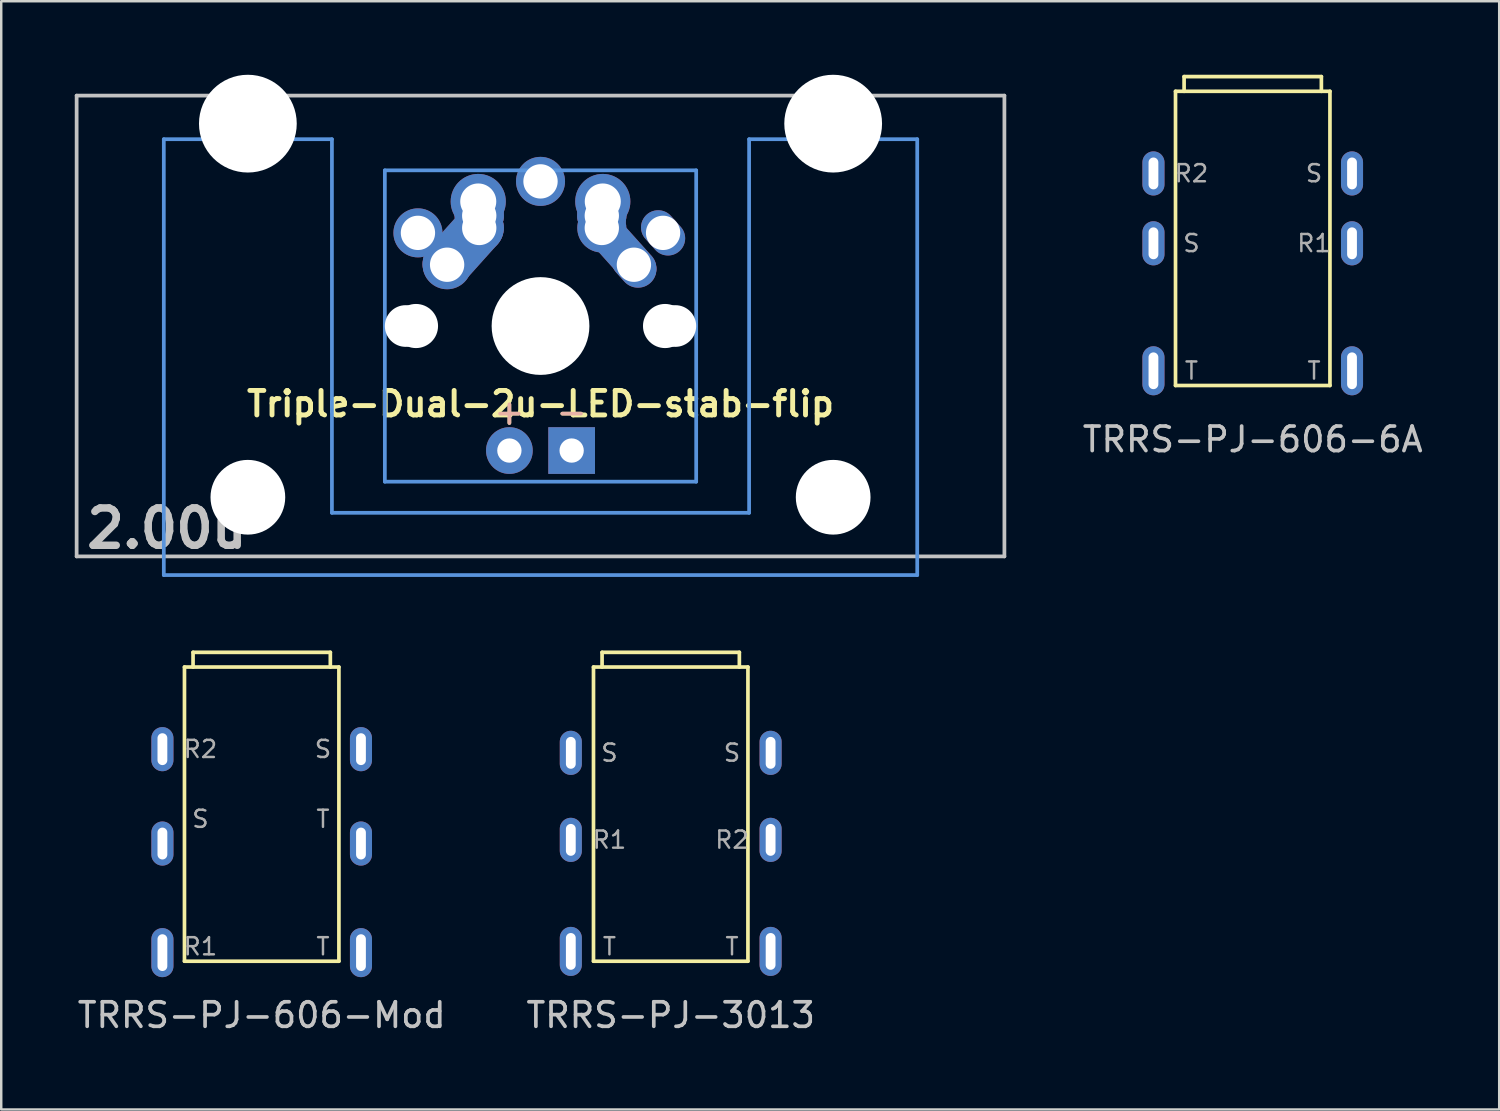
<source format=kicad_pcb>
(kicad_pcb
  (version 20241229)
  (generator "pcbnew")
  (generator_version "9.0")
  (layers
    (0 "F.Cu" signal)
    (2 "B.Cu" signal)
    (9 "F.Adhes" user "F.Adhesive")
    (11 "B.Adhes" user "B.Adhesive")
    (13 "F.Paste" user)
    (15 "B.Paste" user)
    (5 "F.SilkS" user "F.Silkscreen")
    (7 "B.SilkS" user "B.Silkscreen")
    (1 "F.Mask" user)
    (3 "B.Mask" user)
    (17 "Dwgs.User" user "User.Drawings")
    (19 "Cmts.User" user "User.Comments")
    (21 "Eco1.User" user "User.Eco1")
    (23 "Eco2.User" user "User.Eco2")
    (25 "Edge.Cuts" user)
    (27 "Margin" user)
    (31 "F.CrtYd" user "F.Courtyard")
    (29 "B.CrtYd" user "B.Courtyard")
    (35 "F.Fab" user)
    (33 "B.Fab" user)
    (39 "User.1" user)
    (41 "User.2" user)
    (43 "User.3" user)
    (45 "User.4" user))
  (footprint "TRRS-PJ-3013"
    (layer "F.Cu")
    (at 24.31 24.16)
    (property "Reference" "TRRS-PJ-3013" (at 0 14.2 0) (layer "Dwgs.User") (effects (font (size 1 1) (thickness 0.15))))
    (attr through_hole)
    (fp_line (start -3.15 0) (end -3.15 12) (stroke (width 0.15) (type solid)) (layer "F.SilkS"))
    (fp_line (start -2.8 0) (end -2.8 -0.6) (stroke (width 0.15) (type solid)) (layer "F.SilkS"))
    (fp_line (start 2.8 -0.6) (end -2.8 -0.6) (stroke (width 0.15) (type solid)) (layer "F.SilkS"))
    (fp_line (start 2.8 0) (end 2.8 -0.6) (stroke (width 0.15) (type solid)) (layer "F.SilkS"))
    (fp_line (start 3.15 0) (end -3.15 0) (stroke (width 0.15) (type solid)) (layer "F.SilkS"))
    (fp_line (start 3.15 0) (end 3.15 12) (stroke (width 0.15) (type solid)) (layer "F.SilkS"))
    (fp_line (start 3.15 12) (end -3.15 12) (stroke (width 0.15) (type solid)) (layer "F.SilkS"))
    (fp_line (start -3.35 0) (end -6 0) (stroke (width 0.12) (type solid)) (layer "Eco1.User"))
    (fp_line (start -3.35 0) (end -3.35 12.7) (stroke (width 0.12) (type solid)) (layer "Eco1.User"))
    (fp_line (start -3.35 12.7) (end 3.35 12.7) (stroke (width 0.12) (type solid)) (layer "Eco1.User"))
    (fp_line (start 3.35 0) (end 3.35 12.7) (stroke (width 0.12) (type solid)) (layer "Eco1.User"))
    (fp_line (start 3.35 0) (end 6 0) (stroke (width 0.12) (type solid)) (layer "Eco1.User"))
    (fp_text user "S" (at 2.5 3.5 0) (layer "F.Fab") (effects (font (size 0.7 0.7) (thickness 0.1))))
    (fp_text user "T" (at -2.5 11.4 0) (layer "F.Fab") (effects (font (size 0.7 0.7) (thickness 0.1))))
    (fp_text user "T" (at 2.5 11.4 0) (layer "F.Fab") (effects (font (size 0.7 0.7) (thickness 0.1))))
    (fp_text user "R2" (at 2.5 7.05 0) (layer "F.Fab") (effects (font (size 0.7 0.7) (thickness 0.1))))
    (fp_text user "R1" (at -2.5 7.05 0) (layer "F.Fab") (effects (font (size 0.7 0.7) (thickness 0.1))))
    (fp_text user "S" (at -2.5 3.5 0) (layer "F.Fab") (effects (font (size 0.7 0.7) (thickness 0.1))))
    (pad "1" thru_hole oval (at -4.075 3.5) (size 0.9 1.8) (drill oval 0.4 1.3) (layers "*.Cu" "*.Mask"))
    (pad "1" thru_hole oval (at 4.075 3.5) (size 0.9 1.8) (drill oval 0.4 1.3) (layers "*.Cu" "*.Mask"))
    (pad "2" thru_hole oval (at 4.075 7.05) (size 0.9 1.8) (drill oval 0.4 1.3) (layers "*.Cu" "*.Mask"))
    (pad "3" thru_hole oval (at -4.075 7.05) (size 0.9 1.8) (drill oval 0.4 1.3) (layers "*.Cu" "*.Mask"))
    (pad "4" thru_hole oval (at 4.075 11.6) (size 0.9 2) (drill oval 0.4 1.5) (layers "*.Cu" "*.Mask"))
    (pad "5" thru_hole oval (at -4.075 11.6) (size 0.9 2) (drill oval 0.4 1.5) (layers "*.Cu" "*.Mask")))
  (footprint "TRRS-PJ-606-Mod"
    (layer "F.Cu")
    (at 7.625 24.16)
    (property "Reference" "TRRS-PJ-606-Mod" (at 0 14.2 0) (layer "Dwgs.User") (effects (font (size 1 1) (thickness 0.15))))
    (attr through_hole)
    (fp_line (start -3.15 0) (end -3.15 12) (stroke (width 0.15) (type solid)) (layer "F.SilkS"))
    (fp_line (start -2.8 0) (end -2.8 -0.6) (stroke (width 0.15) (type solid)) (layer "F.SilkS"))
    (fp_line (start 2.8 -0.6) (end -2.8 -0.6) (stroke (width 0.15) (type solid)) (layer "F.SilkS"))
    (fp_line (start 2.8 0) (end 2.8 -0.6) (stroke (width 0.15) (type solid)) (layer "F.SilkS"))
    (fp_line (start 3.15 0) (end -3.15 0) (stroke (width 0.15) (type solid)) (layer "F.SilkS"))
    (fp_line (start 3.15 0) (end 3.15 12) (stroke (width 0.15) (type solid)) (layer "F.SilkS"))
    (fp_line (start 3.15 12) (end -3.15 12) (stroke (width 0.15) (type solid)) (layer "F.SilkS"))
    (fp_line (start -3.35 0) (end -6 0) (stroke (width 0.12) (type solid)) (layer "Eco1.User"))
    (fp_line (start -3.35 0) (end -3.35 12.7) (stroke (width 0.12) (type solid)) (layer "Eco1.User"))
    (fp_line (start -3.35 12.7) (end 3.35 12.7) (stroke (width 0.12) (type solid)) (layer "Eco1.User"))
    (fp_line (start 3.35 0) (end 3.35 12.7) (stroke (width 0.12) (type solid)) (layer "Eco1.User"))
    (fp_line (start 3.35 0) (end 6 0) (stroke (width 0.12) (type solid)) (layer "Eco1.User"))
    (fp_text user "R2" (at -2.5 3.35 0) (layer "F.Fab") (effects (font (size 0.7 0.7) (thickness 0.1))))
    (fp_text user "T" (at 2.5 11.4 0) (layer "F.Fab") (effects (font (size 0.7 0.7) (thickness 0.1))))
    (fp_text user "S" (at -2.5 6.2 0) (layer "F.Fab") (effects (font (size 0.7 0.7) (thickness 0.1))))
    (fp_text user "S" (at 2.5 3.35 0) (layer "F.Fab") (effects (font (size 0.7 0.7) (thickness 0.1))))
    (fp_text user "T" (at 2.5 6.2 0) (layer "F.Fab") (effects (font (size 0.7 0.7) (thickness 0.1))))
    (fp_text user "R1" (at -2.5 11.4 0) (layer "F.Fab") (effects (font (size 0.7 0.7) (thickness 0.1))))
    (pad "1" thru_hole oval (at -4.05 3.35) (size 0.9 1.8) (drill oval 0.4 1.3) (layers "*.Cu" "*.Mask"))
    (pad "2" thru_hole oval (at -4.05 7.2) (size 0.9 1.8) (drill oval 0.4 1.3) (layers "*.Cu" "*.Mask"))
    (pad "3" thru_hole oval (at -4.05 11.65) (size 0.9 2) (drill oval 0.4 1.5) (layers "*.Cu" "*.Mask"))
    (pad "4" thru_hole oval (at 4.05 11.65) (size 0.9 2) (drill oval 0.4 1.5) (layers "*.Cu" "*.Mask"))
    (pad "5" thru_hole oval (at 4.05 7.2) (size 0.9 1.8) (drill oval 0.4 1.3) (layers "*.Cu" "*.Mask"))
    (pad "6" thru_hole oval (at 4.05 3.35) (size 0.9 1.8) (drill oval 0.4 1.3) (layers "*.Cu" "*.Mask")))
  (footprint "TRRS-PJ-606-6A"
    (layer "F.Cu")
    (at 48.052 0.675)
    (property "Reference" "TRRS-PJ-606-6A" (at 0 14.2 0) (layer "Dwgs.User") (effects (font (size 1 1) (thickness 0.15))))
    (attr through_hole)
    (fp_line (start -3.15 0) (end -3.15 12) (stroke (width 0.15) (type solid)) (layer "F.SilkS"))
    (fp_line (start -2.8 0) (end -2.8 -0.6) (stroke (width 0.15) (type solid)) (layer "F.SilkS"))
    (fp_line (start 2.8 -0.6) (end -2.8 -0.6) (stroke (width 0.15) (type solid)) (layer "F.SilkS"))
    (fp_line (start 2.8 0) (end 2.8 -0.6) (stroke (width 0.15) (type solid)) (layer "F.SilkS"))
    (fp_line (start 3.15 0) (end -3.15 0) (stroke (width 0.15) (type solid)) (layer "F.SilkS"))
    (fp_line (start 3.15 0) (end 3.15 12) (stroke (width 0.15) (type solid)) (layer "F.SilkS"))
    (fp_line (start 3.15 12) (end -3.15 12) (stroke (width 0.15) (type solid)) (layer "F.SilkS"))
    (fp_line (start -3.35 0) (end -6 0) (stroke (width 0.12) (type solid)) (layer "Eco1.User"))
    (fp_line (start -3.35 0) (end -3.35 12.7) (stroke (width 0.12) (type solid)) (layer "Eco1.User"))
    (fp_line (start -3.35 12.7) (end 3.35 12.7) (stroke (width 0.12) (type solid)) (layer "Eco1.User"))
    (fp_line (start 3.35 0) (end 3.35 12.7) (stroke (width 0.12) (type solid)) (layer "Eco1.User"))
    (fp_line (start 3.35 0) (end 6 0) (stroke (width 0.12) (type solid)) (layer "Eco1.User"))
    (fp_text user "T" (at 2.5 11.4 0) (layer "F.Fab") (effects (font (size 0.7 0.7) (thickness 0.1))))
    (fp_text user "T" (at -2.5 11.4 0) (layer "F.Fab") (effects (font (size 0.7 0.7) (thickness 0.1))))
    (fp_text user "S" (at -2.5 6.2 0) (layer "F.Fab") (effects (font (size 0.7 0.7) (thickness 0.1))))
    (fp_text user "R2" (at -2.5 3.35 0) (layer "F.Fab") (effects (font (size 0.7 0.7) (thickness 0.1))))
    (fp_text user "S" (at 2.5 3.35 0) (layer "F.Fab") (effects (font (size 0.7 0.7) (thickness 0.1))))
    (fp_text user "R1" (at 2.5 6.2 0) (layer "F.Fab") (effects (font (size 0.7 0.7) (thickness 0.1))))
    (pad "1" thru_hole oval (at -4.05 3.35) (size 0.9 1.8) (drill oval 0.4 1.3) (layers "*.Cu" "*.Mask"))
    (pad "2" thru_hole oval (at -4.05 6.2) (size 0.9 1.8) (drill oval 0.4 1.3) (layers "*.Cu" "*.Mask"))
    (pad "3" thru_hole oval (at -4.05 11.4) (size 0.9 2) (drill oval 0.4 1.5) (layers "*.Cu" "*.Mask"))
    (pad "4" thru_hole oval (at 4.05 11.4) (size 0.9 2) (drill oval 0.4 1.5) (layers "*.Cu" "*.Mask"))
    (pad "5" thru_hole oval (at 4.05 6.2) (size 0.9 1.8) (drill oval 0.4 1.3) (layers "*.Cu" "*.Mask"))
    (pad "6" thru_hole oval (at 4.05 3.35) (size 0.9 1.8) (drill oval 0.4 1.3) (layers "*.Cu" "*.Mask")))
  (footprint "Triple-Dual-2u-LED-stab-flip"
    (layer "F.Cu")
    (at 18.999 10.249)
    (property "Reference" "Triple-Dual-2u-LED-stab-flip" (at 0 3.175 0) (layer "F.SilkS") (effects (font (size 1 1) (thickness 0.2))))
    (attr through_hole)
    (fp_line (start -18.923 -9.398) (end 18.923 -9.398) (stroke (width 0.152) (type solid)) (layer "Dwgs.User"))
    (fp_line (start -18.923 9.398) (end -18.923 -9.398) (stroke (width 0.152) (type solid)) (layer "Dwgs.User"))
    (fp_line (start 18.923 -9.398) (end 18.923 9.398) (stroke (width 0.152) (type solid)) (layer "Dwgs.User"))
    (fp_line (start 18.923 9.398) (end -18.923 9.398) (stroke (width 0.152) (type solid)) (layer "Dwgs.User"))
    (fp_line (start -15.367 -7.62) (end -15.367 10.16) (stroke (width 0.152) (type solid)) (layer "Cmts.User"))
    (fp_line (start -15.367 10.16) (end 15.367 10.16) (stroke (width 0.152) (type solid)) (layer "Cmts.User"))
    (fp_line (start -8.509 -7.62) (end -15.367 -7.62) (stroke (width 0.152) (type solid)) (layer "Cmts.User"))
    (fp_line (start -8.509 7.62) (end -8.509 -7.62) (stroke (width 0.152) (type solid)) (layer "Cmts.User"))
    (fp_line (start -6.35 -6.35) (end 6.35 -6.35) (stroke (width 0.152) (type solid)) (layer "Cmts.User"))
    (fp_line (start -6.35 6.35) (end -6.35 -6.35) (stroke (width 0.152) (type solid)) (layer "Cmts.User"))
    (fp_line (start 6.35 -6.35) (end 6.35 6.35) (stroke (width 0.152) (type solid)) (layer "Cmts.User"))
    (fp_line (start 6.35 6.35) (end -6.35 6.35) (stroke (width 0.152) (type solid)) (layer "Cmts.User"))
    (fp_line (start 8.509 -7.62) (end 8.509 7.62) (stroke (width 0.152) (type solid)) (layer "Cmts.User"))
    (fp_line (start 8.509 7.62) (end -8.509 7.62) (stroke (width 0.152) (type solid)) (layer "Cmts.User"))
    (fp_line (start 15.367 -7.62) (end 8.509 -7.62) (stroke (width 0.152) (type solid)) (layer "Cmts.User"))
    (fp_line (start 15.367 10.16) (end 15.367 -7.62) (stroke (width 0.152) (type solid)) (layer "Cmts.User"))
    (fp_line (start -16.129 -2.286) (end -15.265 -2.286) (stroke (width 0.152) (type solid)) (layer "Eco2.User"))
    (fp_line (start -16.129 0.508) (end -16.129 -2.286) (stroke (width 0.152) (type solid)) (layer "Eco2.User"))
    (fp_line (start -15.265 -5.69) (end -8.611 -5.69) (stroke (width 0.152) (type solid)) (layer "Eco2.User"))
    (fp_line (start -15.265 -2.286) (end -15.265 -5.69) (stroke (width 0.152) (type solid)) (layer "Eco2.User"))
    (fp_line (start -15.265 0.508) (end -16.129 0.508) (stroke (width 0.152) (type solid)) (layer "Eco2.User"))
    (fp_line (start -15.265 6.604) (end -15.265 0.508) (stroke (width 0.152) (type solid)) (layer "Eco2.User"))
    (fp_line (start -14.224 6.604) (end -15.265 6.604) (stroke (width 0.152) (type solid)) (layer "Eco2.User"))
    (fp_line (start -14.224 7.772) (end -14.224 6.604) (stroke (width 0.152) (type solid)) (layer "Eco2.User"))
    (fp_line (start -9.652 6.604) (end -9.652 7.772) (stroke (width 0.152) (type solid)) (layer "Eco2.User"))
    (fp_line (start -9.652 7.772) (end -14.224 7.772) (stroke (width 0.152) (type solid)) (layer "Eco2.User"))
    (fp_line (start -8.611 -5.69) (end -8.611 -4.877) (stroke (width 0.152) (type solid)) (layer "Eco2.User"))
    (fp_line (start -8.611 -4.877) (end -6.985 -4.877) (stroke (width 0.152) (type solid)) (layer "Eco2.User"))
    (fp_line (start -8.611 5.817) (end -8.611 6.604) (stroke (width 0.152) (type solid)) (layer "Eco2.User"))
    (fp_line (start -8.611 6.604) (end -9.652 6.604) (stroke (width 0.152) (type solid)) (layer "Eco2.User"))
    (fp_line (start -6.985 -6.985) (end 6.985 -6.985) (stroke (width 0.152) (type solid)) (layer "Eco2.User"))
    (fp_line (start -6.985 -4.877) (end -6.985 -6.985) (stroke (width 0.152) (type solid)) (layer "Eco2.User"))
    (fp_line (start -6.985 5.817) (end -8.611 5.817) (stroke (width 0.152) (type solid)) (layer "Eco2.User"))
    (fp_line (start -6.985 6.985) (end -6.985 5.817) (stroke (width 0.152) (type solid)) (layer "Eco2.User"))
    (fp_line (start 6.985 -6.985) (end 6.985 -4.877) (stroke (width 0.152) (type solid)) (layer "Eco2.User"))
    (fp_line (start 6.985 -4.877) (end 8.611 -4.877) (stroke (width 0.152) (type solid)) (layer "Eco2.User"))
    (fp_line (start 6.985 5.817) (end 6.985 6.985) (stroke (width 0.152) (type solid)) (layer "Eco2.User"))
    (fp_line (start 6.985 6.985) (end -6.985 6.985) (stroke (width 0.152) (type solid)) (layer "Eco2.User"))
    (fp_line (start 8.611 -5.69) (end 15.265 -5.69) (stroke (width 0.152) (type solid)) (layer "Eco2.User"))
    (fp_line (start 8.611 -4.877) (end 8.611 -5.69) (stroke (width 0.152) (type solid)) (layer "Eco2.User"))
    (fp_line (start 8.611 5.817) (end 6.985 5.817) (stroke (width 0.152) (type solid)) (layer "Eco2.User"))
    (fp_line (start 8.611 6.604) (end 8.611 5.817) (stroke (width 0.152) (type solid)) (layer "Eco2.User"))
    (fp_line (start 9.652 6.604) (end 8.611 6.604) (stroke (width 0.152) (type solid)) (layer "Eco2.User"))
    (fp_line (start 9.652 7.772) (end 9.652 6.604) (stroke (width 0.152) (type solid)) (layer "Eco2.User"))
    (fp_line (start 14.224 6.604) (end 14.224 7.772) (stroke (width 0.152) (type solid)) (layer "Eco2.User"))
    (fp_line (start 14.224 7.772) (end 9.652 7.772) (stroke (width 0.152) (type solid)) (layer "Eco2.User"))
    (fp_line (start 15.265 -5.69) (end 15.265 -2.286) (stroke (width 0.152) (type solid)) (layer "Eco2.User"))
    (fp_line (start 15.265 -2.286) (end 16.129 -2.286) (stroke (width 0.152) (type solid)) (layer "Eco2.User"))
    (fp_line (start 15.265 0.508) (end 15.265 6.604) (stroke (width 0.152) (type solid)) (layer "Eco2.User"))
    (fp_line (start 15.265 6.604) (end 14.224 6.604) (stroke (width 0.152) (type solid)) (layer "Eco2.User"))
    (fp_line (start 16.129 -2.286) (end 16.129 0.508) (stroke (width 0.152) (type solid)) (layer "Eco2.User"))
    (fp_line (start 16.129 0.508) (end 15.265 0.508) (stroke (width 0.152) (type solid)) (layer "Eco2.User"))
    (fp_text user "+" (at -1.27 3.5 0) (layer "F.SilkS") (effects (font (size 1 1) (thickness 0.15))))
    (fp_text user "-" (at 1.27 3.5 0) (layer "F.SilkS") (effects (font (size 1 1) (thickness 0.15))))
    (fp_text user "-" (at 1.27 3.5 0) (layer "B.SilkS") (effects (font (size 1 1) (thickness 0.15)) (justify mirror)))
    (fp_text user "+" (at -1.27 3.5 0) (layer "B.SilkS") (effects (font (size 1 1) (thickness 0.15)) (justify mirror)))
    (fp_text user "2.00u" (at -15.24 8.255 0) (layer "Dwgs.User") (effects (font (size 1.524 1.524) (thickness 0.305))))
    (pad "" np_thru_hole circle (at -11.938 -8.255) (size 3.988 3.988) (drill 3.988) (layers "*.Cu"))
    (pad "" np_thru_hole circle (at -11.938 6.985) (size 3.048 3.048) (drill 3.048) (layers "*.Cu"))
    (pad "" np_thru_hole circle (at -5.5 0) (size 1.7 1.7) (drill 1.7) (layers "*.Cu"))
    (pad "" np_thru_hole circle (at -5.08 0) (size 1.8 1.8) (drill 1.8) (layers "*.Cu"))
    (pad "" np_thru_hole circle (at 0 0) (size 3.988 3.988) (drill 3.988) (layers "*.Cu"))
    (pad "" np_thru_hole circle (at 5.08 0) (size 1.8 1.8) (drill 1.8) (layers "*.Cu"))
    (pad "" np_thru_hole circle (at 5.5 0) (size 1.7 1.7) (drill 1.7) (layers "*.Cu"))
    (pad "" np_thru_hole circle (at 11.938 -8.255) (size 3.988 3.988) (drill 3.988) (layers "*.Cu"))
    (pad "" np_thru_hole circle (at 11.938 6.985) (size 3.048 3.048) (drill 3.048) (layers "*.Cu"))
    (pad "1" thru_hole circle (at -5 -3.8) (size 2 2) (drill 1.4) (layers "*.Cu" "*.Mask"))
    (pad "1" thru_hole circle (at -3.81 -2.5 3.9) (size 2 2) (drill 1.4) (layers "*.Cu" "*.Mask"))
    (pad "1" smd oval (at -3.155 -3.27 138.1) (size 2 3.962) (layers "F.Cu" "F.Mask" "F.Paste"))
    (pad "1" smd oval (at -3.155 -3.27 138.1) (size 2 3.962) (layers "B.Cu" "B.Mask" "B.Paste"))
    (pad "1" thru_hole circle (at -2.54 -5.08) (size 2.25 2.25) (drill 1.47) (layers "*.Cu" "*.Mask"))
    (pad "1" smd oval (at -2.52 -4.79 3.9) (size 2 2.58) (layers "F.Cu" "F.Mask" "F.Paste"))
    (pad "1" smd oval (at -2.52 -4.79 3.9) (size 2 2.58) (layers "B.Cu" "B.Mask" "B.Paste"))
    (pad "1" thru_hole circle (at -2.5 -4.5) (size 2 2) (drill 1.4) (layers "*.Cu" "*.Mask"))
    (pad "1" thru_hole circle (at -2.5 -4) (size 2 2) (drill 1.4) (layers "*.Cu" "*.Mask"))
    (pad "1" thru_hole oval (at 5 -3.8 221.9) (size 1.4 2) (drill 1.4) (layers "*.Cu" "*.Mask"))
    (pad "2" thru_hole circle (at 0 -5.9) (size 2 2) (drill 1.4) (layers "*.Cu" "*.Mask"))
    (pad "2" thru_hole circle (at 2.5 -4.5 3.9) (size 2 2) (drill 1.4) (layers "*.Cu" "*.Mask"))
    (pad "2" thru_hole circle (at 2.5 -4 3.9) (size 2 2) (drill 1.4) (layers "*.Cu" "*.Mask"))
    (pad "2" smd oval (at 2.52 -4.79 356.1) (size 2 2.581) (layers "F.Cu" "F.Mask" "F.Paste"))
    (pad "2" smd oval (at 2.52 -4.79 356.1) (size 2 2.581) (layers "B.Cu" "B.Mask" "B.Paste"))
    (pad "2" thru_hole circle (at 2.54 -5.08 3.9) (size 2.25 2.25) (drill 1.47) (layers "*.Cu" "*.Mask"))
    (pad "2" smd oval (at 3.155 -3.27 221.9) (size 1.5 3.962) (layers "F.Cu" "F.Mask" "F.Paste"))
    (pad "2" smd oval (at 3.155 -3.27 221.9) (size 1.5 3.962) (layers "B.Cu" "B.Mask" "B.Paste"))
    (pad "2" thru_hole oval (at 3.81 -2.5 221.9) (size 1.5 2) (drill 1.4) (layers "*.Cu" "*.Mask"))
    (pad "3" thru_hole circle (at -1.27 5.08) (size 1.905 1.905) (drill 0.991) (layers "*.Cu" "*.Mask"))
    (pad "4" thru_hole rect (at 1.27 5.08) (size 1.905 1.905) (drill 0.991) (layers "*.Cu" "*.Mask")))
  (gr_rect
    (start -3 -3)
    (end 58.106 42.208)
    (stroke (width 0.1) (type default))
    (fill no)
    (layer "Edge.Cuts")))
</source>
